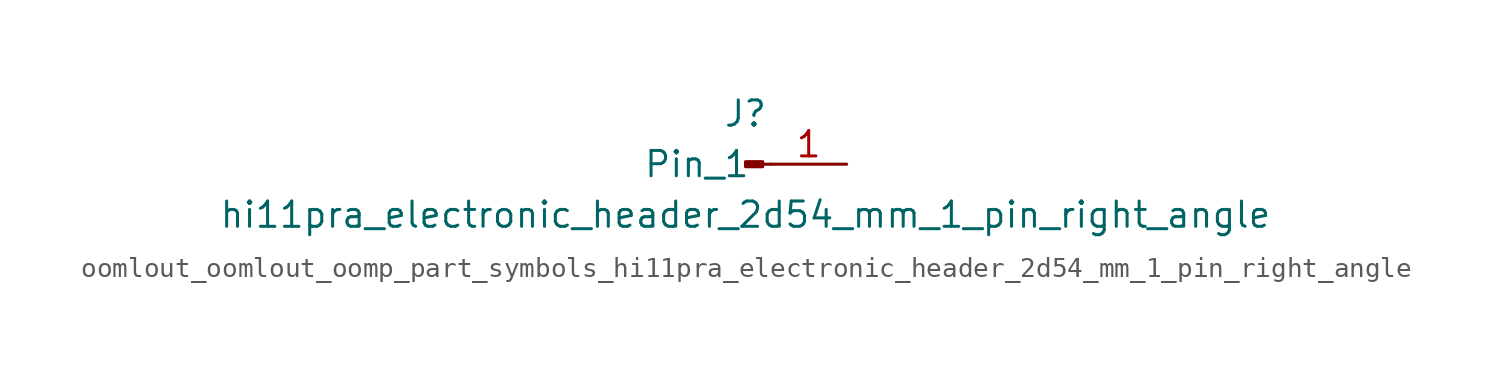
<source format=kicad_sym>
(kicad_symbol_lib
  (version 20220914)
  (generator kicad_symbol_editor)
  (symbol "oomlout_oomlout_oomp_part_symbols_hi11pra_electronic_header_2d54_mm_1_pin_right_angle"
    (pin_names
      (offset 1.016))
    (property "Reference" "J"
      (at 0 2.54 0)
      (effects (font (size 1.27 1.27))))
    (property "Value" "hi11pra_electronic_header_2d54_mm_1_pin_right_angle"
      (at 0 -2.54 0)
      (effects (font (size 1.27 1.27))))
    (property "ki_locked" ""
      (at 0 0 0)
      (effects (font (size 1.27 1.27))))
    (symbol "oomlout_oomlout_oomp_part_symbols_hi11pra_electronic_header_2d54_mm_1_pin_right_angle_1_1"
      (polyline (pts (xy 1.27 0) (xy 0.864 0)) (stroke (width 0.152) (type default)) (fill (type none)))
      (rectangle (start 0.864 0.127) (end 0 -0.127) (stroke (width 0.152) (type default)) (fill (type outline)))
      (pin passive line (at 5.08 0 180) (length 3.81) (name "Pin_1" (effects (font (size 1.27 1.27)))) (number "1" (effects (font (size 1.27 1.27))))))))
</source>
